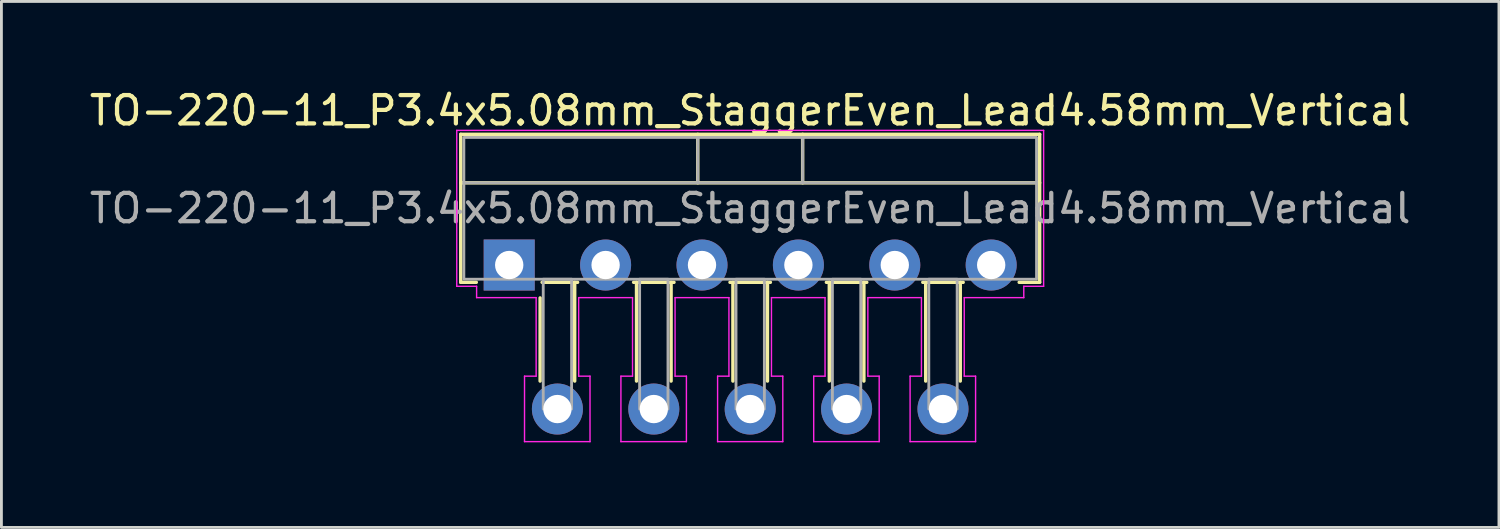
<source format=kicad_pcb>
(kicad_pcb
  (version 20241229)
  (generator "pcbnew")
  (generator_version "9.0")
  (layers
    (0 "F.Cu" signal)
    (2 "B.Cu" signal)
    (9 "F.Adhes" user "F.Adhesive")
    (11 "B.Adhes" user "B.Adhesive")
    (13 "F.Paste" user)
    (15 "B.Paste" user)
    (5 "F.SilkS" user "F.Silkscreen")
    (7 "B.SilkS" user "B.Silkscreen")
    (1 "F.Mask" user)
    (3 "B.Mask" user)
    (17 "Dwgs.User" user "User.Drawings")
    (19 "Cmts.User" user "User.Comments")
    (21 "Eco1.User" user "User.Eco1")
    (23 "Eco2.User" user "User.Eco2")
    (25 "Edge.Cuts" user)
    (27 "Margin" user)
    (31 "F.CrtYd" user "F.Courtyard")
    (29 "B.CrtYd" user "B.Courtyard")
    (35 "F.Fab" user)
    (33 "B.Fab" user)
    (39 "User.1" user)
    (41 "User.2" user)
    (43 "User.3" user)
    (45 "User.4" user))
  (footprint "TO-220-11_P3.4x5.08mm_StaggerEven_Lead4.58mm_Vertical"
    (layer "F.Cu")
    (at 14.911 6.298)
    (property "Reference" "TO-220-11_P3.4x5.08mm_StaggerEven_Lead4.58mm_Vertical" (at 8.5 -5.45 0) (layer "F.SilkS") (effects (font (size 1 1) (thickness 0.15))))
    (attr through_hole)
    (fp_line (start -1.71 -4.61) (end -1.71 0.61) (stroke (width 0.12) (type solid)) (layer "F.SilkS"))
    (fp_line (start -1.71 -4.61) (end 18.71 -4.61) (stroke (width 0.12) (type solid)) (layer "F.SilkS"))
    (fp_line (start -1.71 -2.9) (end 18.71 -2.9) (stroke (width 0.12) (type solid)) (layer "F.SilkS"))
    (fp_line (start -1.71 0.61) (end -1.16 0.61) (stroke (width 0.12) (type solid)) (layer "F.SilkS"))
    (fp_line (start 1.09 1.16) (end 1.09 4.093) (stroke (width 0.12) (type solid)) (layer "F.SilkS"))
    (fp_line (start 1.16 0.61) (end 2.413 0.61) (stroke (width 0.12) (type solid)) (layer "F.SilkS"))
    (fp_line (start 2.31 0.61) (end 2.31 4.093) (stroke (width 0.12) (type solid)) (layer "F.SilkS"))
    (fp_line (start 4.387 0.61) (end 5.813 0.61) (stroke (width 0.12) (type solid)) (layer "F.SilkS"))
    (fp_line (start 4.49 0.61) (end 4.49 4.093) (stroke (width 0.12) (type solid)) (layer "F.SilkS"))
    (fp_line (start 5.71 0.61) (end 5.71 4.093) (stroke (width 0.12) (type solid)) (layer "F.SilkS"))
    (fp_line (start 6.65 -4.61) (end 6.65 -2.9) (stroke (width 0.12) (type solid)) (layer "F.SilkS"))
    (fp_line (start 7.787 0.61) (end 9.213 0.61) (stroke (width 0.12) (type solid)) (layer "F.SilkS"))
    (fp_line (start 7.89 0.61) (end 7.89 4.093) (stroke (width 0.12) (type solid)) (layer "F.SilkS"))
    (fp_line (start 9.11 0.61) (end 9.11 4.093) (stroke (width 0.12) (type solid)) (layer "F.SilkS"))
    (fp_line (start 10.35 -4.61) (end 10.35 -2.9) (stroke (width 0.12) (type solid)) (layer "F.SilkS"))
    (fp_line (start 11.187 0.61) (end 12.613 0.61) (stroke (width 0.12) (type solid)) (layer "F.SilkS"))
    (fp_line (start 11.29 0.61) (end 11.29 4.093) (stroke (width 0.12) (type solid)) (layer "F.SilkS"))
    (fp_line (start 12.51 0.61) (end 12.51 4.093) (stroke (width 0.12) (type solid)) (layer "F.SilkS"))
    (fp_line (start 14.587 0.61) (end 16.013 0.61) (stroke (width 0.12) (type solid)) (layer "F.SilkS"))
    (fp_line (start 14.69 0.61) (end 14.69 4.093) (stroke (width 0.12) (type solid)) (layer "F.SilkS"))
    (fp_line (start 15.91 0.61) (end 15.91 4.093) (stroke (width 0.12) (type solid)) (layer "F.SilkS"))
    (fp_line (start 17.987 0.61) (end 18.71 0.61) (stroke (width 0.12) (type solid)) (layer "F.SilkS"))
    (fp_line (start 18.71 -4.61) (end 18.71 0.61) (stroke (width 0.12) (type solid)) (layer "F.SilkS"))
    (fp_line (start -1.85 -4.75) (end 18.85 -4.75) (stroke (width 0.05) (type solid)) (layer "F.CrtYd"))
    (fp_line (start -1.85 0.75) (end -1.85 -4.75) (stroke (width 0.05) (type solid)) (layer "F.CrtYd"))
    (fp_line (start -1.15 0.75) (end -1.85 0.75) (stroke (width 0.05) (type solid)) (layer "F.CrtYd"))
    (fp_line (start -1.15 1.15) (end -1.15 0.75) (stroke (width 0.05) (type solid)) (layer "F.CrtYd"))
    (fp_line (start 0.54 3.92) (end 0.95 3.92) (stroke (width 0.05) (type solid)) (layer "F.CrtYd"))
    (fp_line (start 0.54 6.23) (end 0.54 3.92) (stroke (width 0.05) (type solid)) (layer "F.CrtYd"))
    (fp_line (start 0.95 1.15) (end -1.15 1.15) (stroke (width 0.05) (type solid)) (layer "F.CrtYd"))
    (fp_line (start 0.95 3.92) (end 0.95 1.15) (stroke (width 0.05) (type solid)) (layer "F.CrtYd"))
    (fp_line (start 2.45 1.15) (end 2.45 3.92) (stroke (width 0.05) (type solid)) (layer "F.CrtYd"))
    (fp_line (start 2.45 3.92) (end 2.85 3.92) (stroke (width 0.05) (type solid)) (layer "F.CrtYd"))
    (fp_line (start 2.85 3.92) (end 2.85 6.23) (stroke (width 0.05) (type solid)) (layer "F.CrtYd"))
    (fp_line (start 2.85 6.23) (end 0.54 6.23) (stroke (width 0.05) (type solid)) (layer "F.CrtYd"))
    (fp_line (start 3.94 3.92) (end 4.35 3.92) (stroke (width 0.05) (type solid)) (layer "F.CrtYd"))
    (fp_line (start 3.94 6.23) (end 3.94 3.92) (stroke (width 0.05) (type solid)) (layer "F.CrtYd"))
    (fp_line (start 4.35 1.15) (end 2.45 1.15) (stroke (width 0.05) (type solid)) (layer "F.CrtYd"))
    (fp_line (start 4.35 3.92) (end 4.35 1.15) (stroke (width 0.05) (type solid)) (layer "F.CrtYd"))
    (fp_line (start 5.85 1.15) (end 5.85 3.92) (stroke (width 0.05) (type solid)) (layer "F.CrtYd"))
    (fp_line (start 5.85 3.92) (end 6.25 3.92) (stroke (width 0.05) (type solid)) (layer "F.CrtYd"))
    (fp_line (start 6.25 3.92) (end 6.25 6.23) (stroke (width 0.05) (type solid)) (layer "F.CrtYd"))
    (fp_line (start 6.25 6.23) (end 3.94 6.23) (stroke (width 0.05) (type solid)) (layer "F.CrtYd"))
    (fp_line (start 7.35 3.92) (end 7.75 3.92) (stroke (width 0.05) (type solid)) (layer "F.CrtYd"))
    (fp_line (start 7.35 6.23) (end 7.35 3.92) (stroke (width 0.05) (type solid)) (layer "F.CrtYd"))
    (fp_line (start 7.75 1.15) (end 5.85 1.15) (stroke (width 0.05) (type solid)) (layer "F.CrtYd"))
    (fp_line (start 7.75 3.92) (end 7.75 1.15) (stroke (width 0.05) (type solid)) (layer "F.CrtYd"))
    (fp_line (start 9.25 1.15) (end 9.25 3.92) (stroke (width 0.05) (type solid)) (layer "F.CrtYd"))
    (fp_line (start 9.25 3.92) (end 9.65 3.92) (stroke (width 0.05) (type solid)) (layer "F.CrtYd"))
    (fp_line (start 9.65 3.92) (end 9.65 6.23) (stroke (width 0.05) (type solid)) (layer "F.CrtYd"))
    (fp_line (start 9.65 6.23) (end 7.35 6.23) (stroke (width 0.05) (type solid)) (layer "F.CrtYd"))
    (fp_line (start 10.74 3.92) (end 11.14 3.92) (stroke (width 0.05) (type solid)) (layer "F.CrtYd"))
    (fp_line (start 10.74 6.23) (end 10.74 3.92) (stroke (width 0.05) (type solid)) (layer "F.CrtYd"))
    (fp_line (start 11.14 1.15) (end 9.25 1.15) (stroke (width 0.05) (type solid)) (layer "F.CrtYd"))
    (fp_line (start 11.14 3.92) (end 11.14 1.15) (stroke (width 0.05) (type solid)) (layer "F.CrtYd"))
    (fp_line (start 12.65 1.15) (end 12.65 3.92) (stroke (width 0.05) (type solid)) (layer "F.CrtYd"))
    (fp_line (start 12.65 3.92) (end 13.05 3.92) (stroke (width 0.05) (type solid)) (layer "F.CrtYd"))
    (fp_line (start 13.05 3.92) (end 13.05 6.23) (stroke (width 0.05) (type solid)) (layer "F.CrtYd"))
    (fp_line (start 13.05 6.23) (end 10.74 6.23) (stroke (width 0.05) (type solid)) (layer "F.CrtYd"))
    (fp_line (start 14.14 3.92) (end 14.54 3.92) (stroke (width 0.05) (type solid)) (layer "F.CrtYd"))
    (fp_line (start 14.14 6.23) (end 14.14 3.92) (stroke (width 0.05) (type solid)) (layer "F.CrtYd"))
    (fp_line (start 14.54 1.15) (end 12.65 1.15) (stroke (width 0.05) (type solid)) (layer "F.CrtYd"))
    (fp_line (start 14.54 3.92) (end 14.54 1.15) (stroke (width 0.05) (type solid)) (layer "F.CrtYd"))
    (fp_line (start 16.05 1.15) (end 16.05 3.92) (stroke (width 0.05) (type solid)) (layer "F.CrtYd"))
    (fp_line (start 16.05 3.92) (end 16.45 3.92) (stroke (width 0.05) (type solid)) (layer "F.CrtYd"))
    (fp_line (start 16.45 3.92) (end 16.45 6.23) (stroke (width 0.05) (type solid)) (layer "F.CrtYd"))
    (fp_line (start 16.45 6.23) (end 14.14 6.23) (stroke (width 0.05) (type solid)) (layer "F.CrtYd"))
    (fp_line (start 18.15 0.75) (end 18.15 1.15) (stroke (width 0.05) (type solid)) (layer "F.CrtYd"))
    (fp_line (start 18.15 1.15) (end 16.05 1.15) (stroke (width 0.05) (type solid)) (layer "F.CrtYd"))
    (fp_line (start 18.85 -4.75) (end 18.85 0.75) (stroke (width 0.05) (type solid)) (layer "F.CrtYd"))
    (fp_line (start 18.85 0.75) (end 18.15 0.75) (stroke (width 0.05) (type solid)) (layer "F.CrtYd"))
    (fp_line (start -1.6 -2.9) (end 18.6 -2.9) (stroke (width 0.1) (type solid)) (layer "F.Fab"))
    (fp_line (start 6.65 -4.5) (end 6.65 -2.9) (stroke (width 0.1) (type solid)) (layer "F.Fab"))
    (fp_line (start 10.35 -4.5) (end 10.35 -2.9) (stroke (width 0.1) (type solid)) (layer "F.Fab"))
    (fp_rect (start -1.6 -4.5) (end 18.6 0.5) (stroke (width 0.1) (type solid)) (fill no) (layer "F.Fab"))
    (fp_rect (start 1.2 0.5) (end 2.2 5.08) (stroke (width 0.1) (type solid)) (fill no) (layer "F.Fab"))
    (fp_rect (start 4.6 0.5) (end 5.6 5.08) (stroke (width 0.1) (type solid)) (fill no) (layer "F.Fab"))
    (fp_rect (start 8 0.5) (end 9 5.08) (stroke (width 0.1) (type solid)) (fill no) (layer "F.Fab"))
    (fp_rect (start 11.4 0.5) (end 12.4 5.08) (stroke (width 0.1) (type solid)) (fill no) (layer "F.Fab"))
    (fp_rect (start 14.8 0.5) (end 15.8 5.08) (stroke (width 0.1) (type solid)) (fill no) (layer "F.Fab"))
    (fp_text user "${REFERENCE}" (at 8.5 -2 0) (layer "F.Fab") (effects (font (size 1 1) (thickness 0.15))))
    (pad "1" thru_hole rect (at 0 0) (size 1.8 1.8) (drill 1) (layers "*.Cu" "*.Mask"))
    (pad "2" thru_hole circle (at 1.7 5.08) (size 1.8 1.8) (drill 1) (layers "*.Cu" "*.Mask"))
    (pad "3" thru_hole circle (at 3.4 0) (size 1.8 1.8) (drill 1) (layers "*.Cu" "*.Mask"))
    (pad "4" thru_hole circle (at 5.1 5.08) (size 1.8 1.8) (drill 1) (layers "*.Cu" "*.Mask"))
    (pad "5" thru_hole circle (at 6.8 0) (size 1.8 1.8) (drill 1) (layers "*.Cu" "*.Mask"))
    (pad "6" thru_hole circle (at 8.5 5.08) (size 1.8 1.8) (drill 1) (layers "*.Cu" "*.Mask"))
    (pad "7" thru_hole circle (at 10.2 0) (size 1.8 1.8) (drill 1) (layers "*.Cu" "*.Mask"))
    (pad "8" thru_hole circle (at 11.9 5.08) (size 1.8 1.8) (drill 1) (layers "*.Cu" "*.Mask"))
    (pad "9" thru_hole circle (at 13.6 0) (size 1.8 1.8) (drill 1) (layers "*.Cu" "*.Mask"))
    (pad "10" thru_hole circle (at 15.3 5.08) (size 1.8 1.8) (drill 1) (layers "*.Cu" "*.Mask"))
    (pad "11" thru_hole circle (at 17 0) (size 1.8 1.8) (drill 1) (layers "*.Cu" "*.Mask")))
  (gr_rect
    (start -3 -3)
    (end 49.821 15.553)
    (stroke (width 0.1) (type default))
    (fill no)
    (layer "Edge.Cuts")))
</source>
